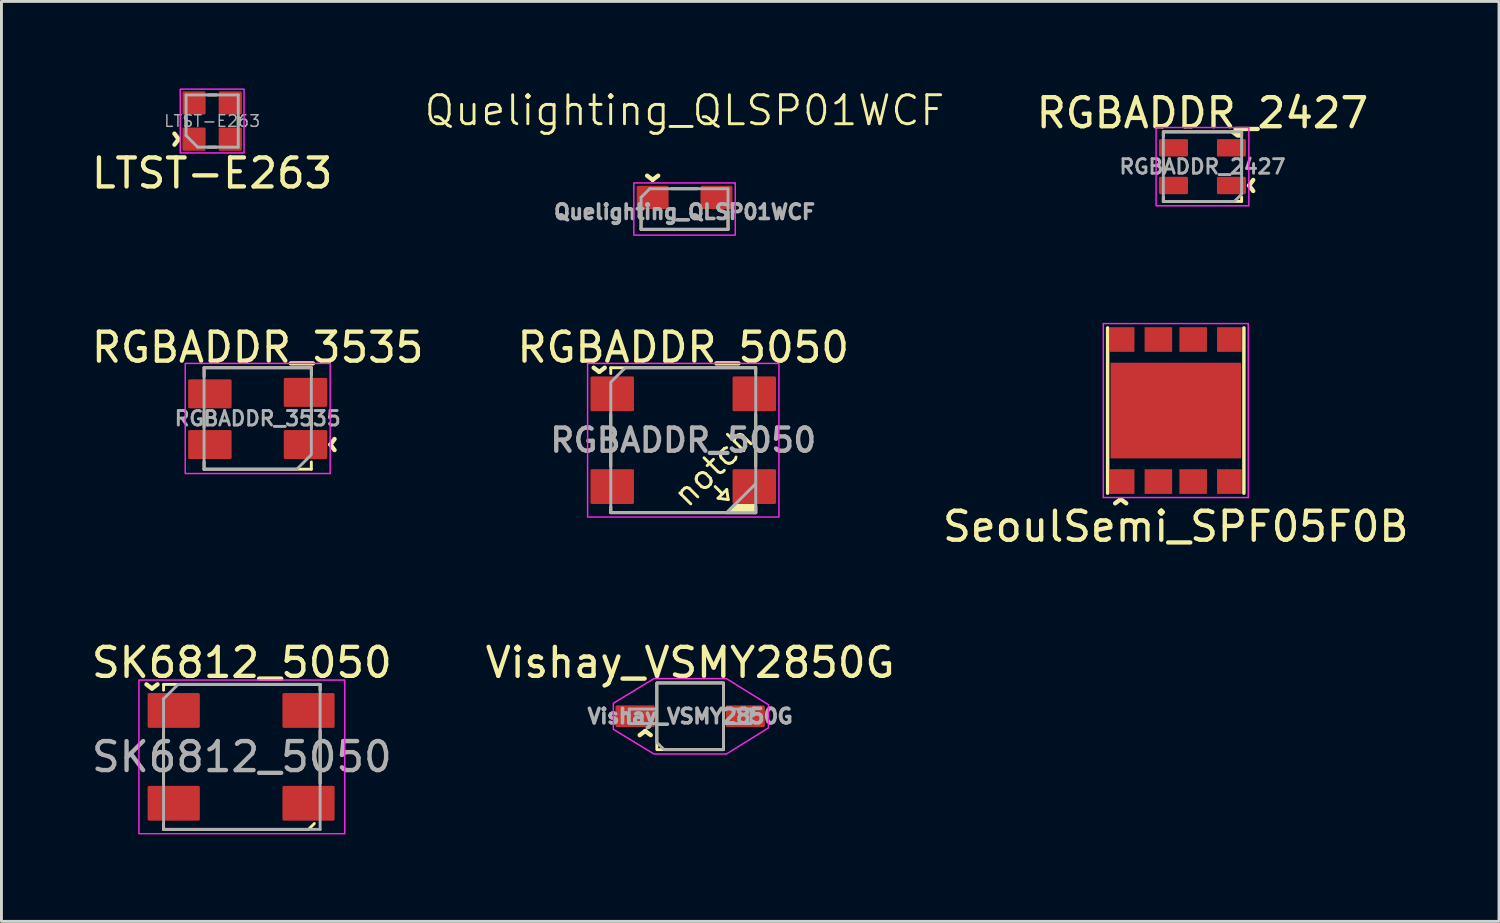
<source format=kicad_pcb>
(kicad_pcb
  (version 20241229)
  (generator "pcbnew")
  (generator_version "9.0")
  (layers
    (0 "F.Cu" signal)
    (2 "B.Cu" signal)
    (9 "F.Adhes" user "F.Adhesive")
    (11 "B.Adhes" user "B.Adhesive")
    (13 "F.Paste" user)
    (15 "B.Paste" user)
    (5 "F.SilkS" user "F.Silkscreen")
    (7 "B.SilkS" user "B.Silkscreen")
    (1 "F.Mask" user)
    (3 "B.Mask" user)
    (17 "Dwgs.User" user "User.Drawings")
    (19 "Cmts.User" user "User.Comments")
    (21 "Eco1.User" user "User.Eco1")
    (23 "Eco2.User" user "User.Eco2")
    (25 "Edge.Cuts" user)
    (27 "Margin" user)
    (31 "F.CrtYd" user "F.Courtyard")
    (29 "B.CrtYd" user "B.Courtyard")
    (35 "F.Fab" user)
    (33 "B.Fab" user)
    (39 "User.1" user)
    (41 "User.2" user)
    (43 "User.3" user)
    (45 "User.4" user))
  (footprint "SK6812_5050"
    (layer "F.Cu")
    (at 5.292 23.057)
    (property "Reference" "SK6812_5050" (at 0 -3.25 0) (unlocked yes) (layer "F.SilkS") (effects (font (size 1 1) (thickness 0.15))))
    (fp_line (start -2.7 -2.5) (end 2.7 -2.5) (stroke (width 0.1) (type solid)) (layer "F.SilkS"))
    (fp_line (start -2.7 -2.3) (end -2.7 -2.5) (stroke (width 0.1) (type solid)) (layer "F.SilkS"))
    (fp_line (start -2.7 -0.9) (end -2.7 0.9) (stroke (width 0.1) (type solid)) (layer "F.SilkS"))
    (fp_line (start -2.7 2.3) (end -2.7 2.5) (stroke (width 0.1) (type solid)) (layer "F.SilkS"))
    (fp_line (start -2.7 2.5) (end 2.3 2.5) (stroke (width 0.1) (type solid)) (layer "F.SilkS"))
    (fp_line (start 2.3 2.5) (end 2.5 2.3) (stroke (width 0.1) (type solid)) (layer "F.SilkS"))
    (fp_line (start 2.7 -2.5) (end 2.7 -2.3) (stroke (width 0.1) (type solid)) (layer "F.SilkS"))
    (fp_line (start 2.7 -0.9) (end 2.7 0.9) (stroke (width 0.1) (type solid)) (layer "F.SilkS"))
    (fp_rect (start -3.55 -2.65) (end 3.55 2.65) (stroke (width 0.05) (type solid)) (fill no) (layer "F.CrtYd"))
    (fp_line (start -2.7 -2) (end -2.2 -2.5) (stroke (width 0.1) (type solid)) (layer "F.Fab"))
    (fp_line (start -2.7 2.5) (end -2.7 -2) (stroke (width 0.1) (type solid)) (layer "F.Fab"))
    (fp_line (start -2.2 -2.5) (end 2.7 -2.5) (stroke (width 0.1) (type solid)) (layer "F.Fab"))
    (fp_line (start 2.7 -2.5) (end 2.7 2.5) (stroke (width 0.1) (type solid)) (layer "F.Fab"))
    (fp_line (start 2.7 2.5) (end -2.7 2.5) (stroke (width 0.1) (type solid)) (layer "F.Fab"))
    (fp_text user "^" (at -3.1 -2.95 180) (unlocked yes) (layer "F.SilkS") (effects (font (size 1 1) (thickness 0.15))))
    (fp_text user "${REFERENCE}" (at 0 0 0) (unlocked yes) (layer "F.Fab") (effects (font (size 1 1) (thickness 0.15))))
    (pad "1" smd roundrect (at -2.35 -1.6) (size 1.8 1.2) (layers "F.Cu" "F.Mask" "F.Paste") (roundrect_rratio 0.042))
    (pad "2" smd roundrect (at -2.35 1.6) (size 1.8 1.2) (layers "F.Cu" "F.Mask" "F.Paste") (roundrect_rratio 0.042))
    (pad "3" smd roundrect (at 2.3 1.6) (size 1.8 1.2) (layers "F.Cu" "F.Mask" "F.Paste") (roundrect_rratio 0.042))
    (pad "4" smd roundrect (at 2.3 -1.6) (size 1.8 1.2) (layers "F.Cu" "F.Mask" "F.Paste") (roundrect_rratio 0.042)))
  (footprint "Vishay_VSMY2850G"
    (layer "F.Cu")
    (at 20.756 21.657)
    (property "Reference" "Vishay_VSMY2850G" (at 0 -1.85 0) (unlocked yes) (layer "F.SilkS") (effects (font (size 1 1) (thickness 0.15))))
    (attr smd)
    (fp_rect (start -1.15 -1.15) (end 1.15 1.15) (stroke (width 0.1) (type default)) (fill no) (layer "F.SilkS"))
    (fp_poly (pts (xy -1.25 -1.3) (xy 1.25 -1.3) (xy 2.7 -0.4) (xy 2.7 0.4) (xy 1.25 1.3) (xy -1.25 1.3) (xy -2.65 0.45) (xy -2.65 -0.45)) (stroke (width 0.05) (type solid)) (fill no) (layer "F.CrtYd"))
    (fp_line (start -2.1 -0.25) (end -2.1 0.25) (stroke (width 0.1) (type solid)) (layer "F.Fab"))
    (fp_line (start -2.1 0.25) (end -1.15 0.25) (stroke (width 0.1) (type solid)) (layer "F.Fab"))
    (fp_line (start -1.15 -0.25) (end -2.1 -0.25) (stroke (width 0.1) (type solid)) (layer "F.Fab"))
    (fp_line (start 1.15 0.25) (end 2.1 0.25) (stroke (width 0.1) (type solid)) (layer "F.Fab"))
    (fp_line (start 2.1 -0.25) (end 1.15 -0.25) (stroke (width 0.1) (type solid)) (layer "F.Fab"))
    (fp_line (start 2.1 0.25) (end 2.1 -0.25) (stroke (width 0.1) (type solid)) (layer "F.Fab"))
    (fp_poly (pts (xy -1.15 -1.15) (xy 1.15 -1.15) (xy 1.15 1.15) (xy -0.9 1.15) (xy -1.15 0.9)) (stroke (width 0.1) (type solid)) (fill no) (layer "F.Fab"))
    (fp_text user "^" (at -1.55 1.1 0) (unlocked yes) (layer "F.SilkS") (effects (font (size 1 1) (thickness 0.15))))
    (fp_text user "${REFERENCE}" (at 0 0 0) (unlocked yes) (layer "F.Fab") (effects (font (size 0.5 0.5) (thickness 0.125))))
    (pad "A" smd roundrect (at -1.9 0) (size 1.35 0.75) (layers "F.Cu" "F.Mask" "F.Paste") (roundrect_rratio 0.067))
    (pad "C" smd roundrect (at 1.9 0) (size 1.35 0.75) (layers "F.Cu" "F.Mask" "F.Paste") (roundrect_rratio 0.067)))
  (footprint "LTST-E263"
    (layer "F.Cu")
    (at 4.268 1.125)
    (property "Reference" "LTST-E263" (at 0 1.8 0) (layer "F.SilkS") (effects (font (size 1 1) (thickness 0.15))))
    (attr smd)
    (fp_line (start -0.9 -0.15) (end -0.9 0.15) (stroke (width 0.1) (type solid)) (layer "F.SilkS"))
    (fp_line (start -0.15 -0.9) (end 0.15 -0.9) (stroke (width 0.1) (type solid)) (layer "F.SilkS"))
    (fp_line (start -0.15 0.9) (end 0.15 0.9) (stroke (width 0.1) (type solid)) (layer "F.SilkS"))
    (fp_line (start 0.9 -0.15) (end 0.9 0.15) (stroke (width 0.1) (type solid)) (layer "F.SilkS"))
    (fp_rect (start -1.1 -1.1) (end 1.1 1.1) (stroke (width 0.05) (type default)) (fill no) (layer "F.CrtYd"))
    (fp_line (start -0.9 -0.9) (end 0.9 -0.9) (stroke (width 0.1) (type solid)) (layer "F.Fab"))
    (fp_line (start -0.9 0.5) (end -0.9 -0.9) (stroke (width 0.1) (type solid)) (layer "F.Fab"))
    (fp_line (start -0.5 0.9) (end -0.9 0.5) (stroke (width 0.1) (type solid)) (layer "F.Fab"))
    (fp_line (start 0.9 -0.9) (end 0.9 0.9) (stroke (width 0.1) (type solid)) (layer "F.Fab"))
    (fp_line (start 0.9 0.9) (end -0.5 0.9) (stroke (width 0.1) (type solid)) (layer "F.Fab"))
    (fp_text user "^" (at -1.75 0.625 270) (unlocked yes) (layer "F.SilkS") (effects (font (size 1 1) (thickness 0.15))))
    (fp_text user "${REFERENCE}" (at 0 0 0) (unlocked yes) (layer "F.Fab") (effects (font (size 0.4 0.4) (thickness 0.05))))
    (pad "" smd roundrect (at -0.575 -0.575) (size 0.7 0.7) (layers "F.Paste") (roundrect_rratio 0.071))
    (pad "" smd roundrect (at -0.575 0.575) (size 0.7 0.7) (layers "F.Paste") (roundrect_rratio 0.071))
    (pad "" smd roundrect (at 0.575 -0.575) (size 0.7 0.7) (layers "F.Paste") (roundrect_rratio 0.071))
    (pad "" smd roundrect (at 0.575 0.575) (size 0.7 0.7) (layers "F.Paste") (roundrect_rratio 0.071))
    (pad "1" smd roundrect (at -0.625 0.625) (size 0.8 0.8) (layers "F.Cu" "F.Mask") (roundrect_rratio 0.062))
    (pad "2" smd roundrect (at -0.625 -0.625) (size 0.8 0.8) (layers "F.Cu" "F.Mask") (roundrect_rratio 0.062))
    (pad "3" smd roundrect (at 0.625 -0.625) (size 0.8 0.8) (layers "F.Cu" "F.Mask") (roundrect_rratio 0.062))
    (pad "4" smd roundrect (at 0.625 0.625) (size 0.8 0.8) (layers "F.Cu" "F.Mask") (roundrect_rratio 0.062)))
  (footprint "RGBADDR_5050"
    (layer "F.Cu")
    (at 20.518 12.134)
    (property "Reference" "RGBADDR_5050" (at 0 -3.2 0) (unlocked yes) (layer "F.SilkS") (effects (font (size 1 1) (thickness 0.15))))
    (attr smd)
    (fp_line (start -2.5 -2.5) (end -2.5 -2.3) (stroke (width 0.1) (type default)) (layer "F.SilkS"))
    (fp_line (start -2.5 -0.9) (end -2.5 0.9) (stroke (width 0.1) (type default)) (layer "F.SilkS"))
    (fp_line (start -2.5 2.3) (end -2.5 2.5) (stroke (width 0.1) (type default)) (layer "F.SilkS"))
    (fp_line (start -2.5 2.5) (end 2.5 2.5) (stroke (width 0.1) (type default)) (layer "F.SilkS"))
    (fp_line (start 1.1 1.6) (end 1.35 1.85) (stroke (width 0.1) (type default)) (layer "F.SilkS"))
    (fp_line (start 1.2 2) (end 1.55 2.05) (stroke (width 0.1) (type default)) (layer "F.SilkS"))
    (fp_line (start 1.35 1.85) (end 1.2 2) (stroke (width 0.1) (type default)) (layer "F.SilkS"))
    (fp_line (start 1.35 1.85) (end 1.5 1.7) (stroke (width 0.1) (type default)) (layer "F.SilkS"))
    (fp_line (start 1.5 1.7) (end 1.55 2.05) (stroke (width 0.1) (type default)) (layer "F.SilkS"))
    (fp_line (start 2.5 -2.5) (end -2.5 -2.5) (stroke (width 0.1) (type default)) (layer "F.SilkS"))
    (fp_line (start 2.5 -2.3) (end 2.5 -2.5) (stroke (width 0.1) (type default)) (layer "F.SilkS"))
    (fp_line (start 2.5 0.9) (end 2.5 -0.9) (stroke (width 0.1) (type default)) (layer "F.SilkS"))
    (fp_line (start 2.5 2.5) (end 2.5 2.3) (stroke (width 0.1) (type default)) (layer "F.SilkS"))
    (fp_poly (pts (xy 1.5 2.5) (xy 1.75 2.25) (xy 2.5 2.25) (xy 2.5 2.5)) (stroke (width 0.1) (type solid)) (fill yes) (layer "F.SilkS"))
    (fp_rect (start 3.3 -2.65) (end -3.3 2.65) (stroke (width 0.05) (type default)) (fill no) (layer "F.CrtYd"))
    (fp_line (start 1.5 2.5) (end 2.5 1.5) (stroke (width 0.1) (type solid)) (layer "F.Fab"))
    (fp_poly (pts (xy 2.5 -2.5) (xy 2.5 2.5) (xy -2.5 2.5) (xy -2.5 -2) (xy -2 -2.5)) (stroke (width 0.1) (type solid)) (fill no) (layer "F.Fab"))
    (fp_text user "^" (at -2.9 -2.95 180) (unlocked yes) (layer "F.SilkS") (effects (font (size 1 1) (thickness 0.15))))
    (fp_text user "notch" (at 0.15 2.45 45) (unlocked yes) (layer "F.SilkS") (effects (font (size 0.8 0.8) (thickness 0.1)) (justify left bottom)))
    (fp_text user "${REFERENCE}" (at 0 0 0) (unlocked yes) (layer "F.Fab") (effects (font (size 0.8 0.8) (thickness 0.15))))
    (pad "1" smd roundrect (at -2.45 -1.6) (size 1.5 1.2) (layers "F.Cu" "F.Mask" "F.Paste") (roundrect_rratio 0.042))
    (pad "2" smd roundrect (at -2.45 1.6) (size 1.5 1.2) (layers "F.Cu" "F.Mask" "F.Paste") (roundrect_rratio 0.042))
    (pad "3" smd roundrect (at 2.45 1.6) (size 1.5 1.2) (layers "F.Cu" "F.Mask" "F.Paste") (roundrect_rratio 0.042))
    (pad "4" smd roundrect (at 2.45 -1.6) (size 1.5 1.2) (layers "F.Cu" "F.Mask" "F.Paste") (roundrect_rratio 0.042)))
  (footprint "RGBADDR_3535"
    (layer "F.Cu")
    (at 5.839 11.384)
    (property "Reference" "RGBADDR_3535" (at 0 -2.45 0) (unlocked yes) (layer "F.SilkS") (effects (font (size 1 1) (thickness 0.15))))
    (attr smd)
    (fp_line (start -1.85 -1.75) (end -1.85 -1.45) (stroke (width 0.1) (type default)) (layer "F.SilkS"))
    (fp_line (start -1.85 -0.25) (end -1.85 0.3) (stroke (width 0.1) (type default)) (layer "F.SilkS"))
    (fp_line (start -1.85 1.75) (end -1.85 1.5) (stroke (width 0.1) (type default)) (layer "F.SilkS"))
    (fp_line (start -1.85 1.75) (end 1.85 1.75) (stroke (width 0.1) (type default)) (layer "F.SilkS"))
    (fp_line (start 1.85 -1.75) (end -1.85 -1.75) (stroke (width 0.1) (type default)) (layer "F.SilkS"))
    (fp_line (start 1.85 -1.75) (end 1.85 -1.5) (stroke (width 0.1) (type default)) (layer "F.SilkS"))
    (fp_line (start 1.85 -0.3) (end 1.85 0.3) (stroke (width 0.1) (type default)) (layer "F.SilkS"))
    (fp_line (start 1.85 1.75) (end 1.85 1.5) (stroke (width 0.1) (type default)) (layer "F.SilkS"))
    (fp_rect (start -2.5 -1.9) (end 2.5 1.9) (stroke (width 0.05) (type default)) (fill no) (layer "F.CrtYd"))
    (fp_poly (pts (xy -1.85 -1.75) (xy -1.85 1.75) (xy 1.35 1.75) (xy 1.85 1.25) (xy 1.85 -1.75)) (stroke (width 0.1) (type solid)) (fill no) (layer "F.Fab"))
    (fp_text user "^" (at 3.1 0.9 90) (unlocked yes) (layer "F.SilkS") (effects (font (size 1 1) (thickness 0.15))))
    (fp_text user "${REFERENCE}" (at 0 0 0) (unlocked yes) (layer "F.Fab") (effects (font (size 0.5 0.5) (thickness 0.1) (bold yes))))
    (pad "1" smd roundrect (at 1.65 0.9) (size 1.5 1) (layers "F.Cu" "F.Mask" "F.Paste") (roundrect_rratio 0.05))
    (pad "2" smd roundrect (at 1.65 -0.9) (size 1.5 1) (layers "F.Cu" "F.Mask" "F.Paste") (roundrect_rratio 0.05))
    (pad "3" smd roundrect (at -1.65 -0.85) (size 1.5 1) (layers "F.Cu" "F.Mask" "F.Paste") (roundrect_rratio 0.05))
    (pad "4" smd roundrect (at -1.65 0.9) (size 1.5 1) (layers "F.Cu" "F.Mask" "F.Paste") (roundrect_rratio 0.05)))
  (footprint "Quelighting_QLSP01WCF"
    (layer "F.Cu")
    (at 20.562 3.76)
    (property "Reference" "Quelighting_QLSP01WCF" (at 0 -3 0) (unlocked yes) (layer "F.SilkS") (effects (font (size 1 1) (thickness 0.1))))
    (attr smd)
    (fp_line (start -1.5 1.1) (end -1.5 0.5) (stroke (width 0.1) (type default)) (layer "F.SilkS"))
    (fp_line (start -0.45 -0.3) (end 0.45 -0.3) (stroke (width 0.1) (type default)) (layer "F.SilkS"))
    (fp_line (start 1.5 0.5) (end 1.5 1.1) (stroke (width 0.1) (type default)) (layer "F.SilkS"))
    (fp_line (start 1.5 1.1) (end -1.5 1.1) (stroke (width 0.1) (type default)) (layer "F.SilkS"))
    (fp_rect (start 1.75 -0.5) (end -1.75 1.3) (stroke (width 0.05) (type default)) (fill no) (layer "F.CrtYd"))
    (fp_line (start -1.5 0) (end -1.2 -0.3) (stroke (width 0.1) (type default)) (layer "F.Fab"))
    (fp_line (start -1.5 1.1) (end -1.5 0) (stroke (width 0.1) (type default)) (layer "F.Fab"))
    (fp_line (start -1.2 -0.3) (end 1.5 -0.3) (stroke (width 0.1) (type default)) (layer "F.Fab"))
    (fp_line (start 1.5 -0.3) (end 1.5 1.1) (stroke (width 0.1) (type default)) (layer "F.Fab"))
    (fp_line (start 1.5 1.1) (end -1.5 1.1) (stroke (width 0.1) (type default)) (layer "F.Fab"))
    (fp_text user "^" (at -1.1 -1.2 180) (unlocked yes) (layer "F.SilkS") (effects (font (size 1 1) (thickness 0.15))))
    (fp_text user "${REFERENCE}" (at 0 0.5 0) (unlocked yes) (layer "F.Fab") (effects (font (size 0.5 0.5) (thickness 0.125))))
    (pad "A" smd roundrect (at 1.1 0) (size 1.1 0.8) (layers "F.Cu" "F.Mask" "F.Paste") (roundrect_rratio 0.062))
    (pad "C" smd roundrect (at -1.1 0) (size 1.1 0.8) (layers "F.Cu" "F.Mask" "F.Paste") (roundrect_rratio 0.062)))
  (footprint "RGBADDR_2427"
    (layer "F.Cu")
    (at 38.427 2.698)
    (property "Reference" "RGBADDR_2427" (at 0 -1.85 0) (unlocked yes) (layer "F.SilkS") (effects (font (size 1 1) (thickness 0.15))))
    (attr smd)
    (fp_line (start -1.35 -1.2) (end -1.35 -1.05) (stroke (width 0.1) (type default)) (layer "F.SilkS"))
    (fp_line (start -1.35 -0.25) (end -1.35 0.25) (stroke (width 0.1) (type default)) (layer "F.SilkS"))
    (fp_line (start -1.35 1.2) (end -1.35 1.05) (stroke (width 0.1) (type default)) (layer "F.SilkS"))
    (fp_line (start -1.35 1.2) (end 1.35 1.2) (stroke (width 0.1) (type default)) (layer "F.SilkS"))
    (fp_line (start 1.35 -1.2) (end -1.35 -1.2) (stroke (width 0.1) (type default)) (layer "F.SilkS"))
    (fp_line (start 1.35 -1.2) (end 1.35 -1.05) (stroke (width 0.1) (type default)) (layer "F.SilkS"))
    (fp_line (start 1.35 -0.25) (end 1.35 0.25) (stroke (width 0.1) (type default)) (layer "F.SilkS"))
    (fp_line (start 1.35 1.2) (end 1.35 1.05) (stroke (width 0.1) (type default)) (layer "F.SilkS"))
    (fp_poly (pts (xy 1.35 -1.2) (xy 1.35 -1.05) (xy 1.2 -1.05) (xy 1 -1.2)) (stroke (width 0.1) (type solid)) (fill yes) (layer "F.SilkS"))
    (fp_rect (start 1.6 -1.35) (end -1.6 1.35) (stroke (width 0.05) (type default)) (fill no) (layer "F.CrtYd"))
    (fp_poly (pts (xy -1.35 -1.2) (xy -1.35 1.2) (xy 1.1 1.2) (xy 1.35 0.95) (xy 1.35 -1.2)) (stroke (width 0.1) (type solid)) (fill no) (layer "F.Fab"))
    (fp_text user "^" (at 2.2 0.65 90) (unlocked yes) (layer "F.SilkS") (effects (font (size 1 1) (thickness 0.15))))
    (fp_text user "${REFERENCE}" (at 0 0 0) (unlocked yes) (layer "F.Fab") (effects (font (size 0.5 0.5) (thickness 0.1) (bold yes))))
    (pad "1" smd roundrect (at 1 0.65) (size 1 0.6) (layers "F.Cu" "F.Mask" "F.Paste") (roundrect_rratio 0.083))
    (pad "2" smd roundrect (at 1 -0.65) (size 1 0.6) (layers "F.Cu" "F.Mask" "F.Paste") (roundrect_rratio 0.083))
    (pad "3" smd roundrect (at -1 -0.65) (size 1 0.6) (layers "F.Cu" "F.Mask" "F.Paste") (roundrect_rratio 0.083))
    (pad "4" smd roundrect (at -1 0.65) (size 1 0.6) (layers "F.Cu" "F.Mask" "F.Paste") (roundrect_rratio 0.083)))
  (footprint "SeoulSemi_SPF05F0B"
    (layer "F.Cu")
    (at 37.506 11.111)
    (property "Reference" "SeoulSemi_SPF05F0B" (at 0 4 0) (unlocked yes) (layer "F.SilkS") (effects (font (size 1 1) (thickness 0.15))))
    (attr smd)
    (fp_line (start -2.35 -2.85) (end -2.35 2.85) (stroke (width 0.12) (type solid)) (layer "F.SilkS"))
    (fp_line (start 2.35 2.85) (end 2.35 -2.85) (stroke (width 0.12) (type solid)) (layer "F.SilkS"))
    (fp_poly (pts (xy -1.4 -0.2) (xy -2.2 -0.2) (xy -2.2 -1.6) (xy -1.4 -1.6)) (stroke (width 0.01) (type solid)) (fill yes) (layer "F.Paste"))
    (fp_poly (pts (xy -1.4 1.6) (xy -2.2 1.6) (xy -2.2 0.2) (xy -1.4 0.2)) (stroke (width 0.01) (type solid)) (fill yes) (layer "F.Paste"))
    (fp_poly (pts (xy -0.2 -0.2) (xy -1 -0.2) (xy -1 -1.6) (xy -0.2 -1.6)) (stroke (width 0.01) (type solid)) (fill yes) (layer "F.Paste"))
    (fp_poly (pts (xy -0.2 1.6) (xy -1 1.6) (xy -1 0.2) (xy -0.2 0.2)) (stroke (width 0.01) (type solid)) (fill yes) (layer "F.Paste"))
    (fp_poly (pts (xy 1 -0.2) (xy 0.2 -0.2) (xy 0.2 -1.6) (xy 1 -1.6)) (stroke (width 0.01) (type solid)) (fill yes) (layer "F.Paste"))
    (fp_poly (pts (xy 1 1.6) (xy 0.2 1.6) (xy 0.2 0.2) (xy 1 0.2)) (stroke (width 0.01) (type solid)) (fill yes) (layer "F.Paste"))
    (fp_poly (pts (xy 2.2 -0.2) (xy 1.4 -0.2) (xy 1.4 -1.6) (xy 2.2 -1.6)) (stroke (width 0.01) (type solid)) (fill yes) (layer "F.Paste"))
    (fp_poly (pts (xy 2.2 1.6) (xy 1.4 1.6) (xy 1.4 0.2) (xy 2.2 0.2)) (stroke (width 0.01) (type solid)) (fill yes) (layer "F.Paste"))
    (fp_line (start -2.5 -3) (end -2.5 3) (stroke (width 0.05) (type solid)) (layer "F.CrtYd"))
    (fp_line (start -2.5 -3) (end 2.5 -3) (stroke (width 0.05) (type solid)) (layer "F.CrtYd"))
    (fp_line (start -2.5 3) (end 2.5 3) (stroke (width 0.05) (type solid)) (layer "F.CrtYd"))
    (fp_line (start 2.5 -3) (end 2.5 3) (stroke (width 0.05) (type solid)) (layer "F.CrtYd"))
    (fp_text user "^" (at -1.9 3.65 0) (unlocked yes) (layer "F.SilkS") (effects (font (size 1 1) (thickness 0.15))))
    (pad "1" smd rect (at -1.85 2.45) (size 0.85 0.85) (layers "F.Cu" "F.Mask" "F.Paste"))
    (pad "2" smd rect (at -0.6 2.45) (size 0.95 0.85) (layers "F.Cu" "F.Mask" "F.Paste"))
    (pad "3" smd rect (at 0.6 2.45) (size 0.95 0.85) (layers "F.Cu" "F.Mask" "F.Paste"))
    (pad "4" smd rect (at 1.85 2.45) (size 0.85 0.85) (layers "F.Cu" "F.Mask" "F.Paste"))
    (pad "5" smd rect (at 1.85 -2.45) (size 0.85 0.85) (layers "F.Cu" "F.Mask" "F.Paste"))
    (pad "6" smd rect (at 0.6 -2.45) (size 0.95 0.85) (layers "F.Cu" "F.Mask" "F.Paste"))
    (pad "7" smd rect (at -0.6 -2.45) (size 0.95 0.85) (layers "F.Cu" "F.Mask" "F.Paste"))
    (pad "8" smd rect (at -1.85 -2.45) (size 0.85 0.85) (layers "F.Cu" "F.Mask" "F.Paste"))
    (pad "9" smd rect (at 0 0) (size 4.5 3.3) (layers "F.Cu" "F.Mask")))
  (gr_rect
    (start -3 -3)
    (end 48.655 28.732)
    (stroke (width 0.1) (type default))
    (fill no)
    (layer "Edge.Cuts")))
</source>
